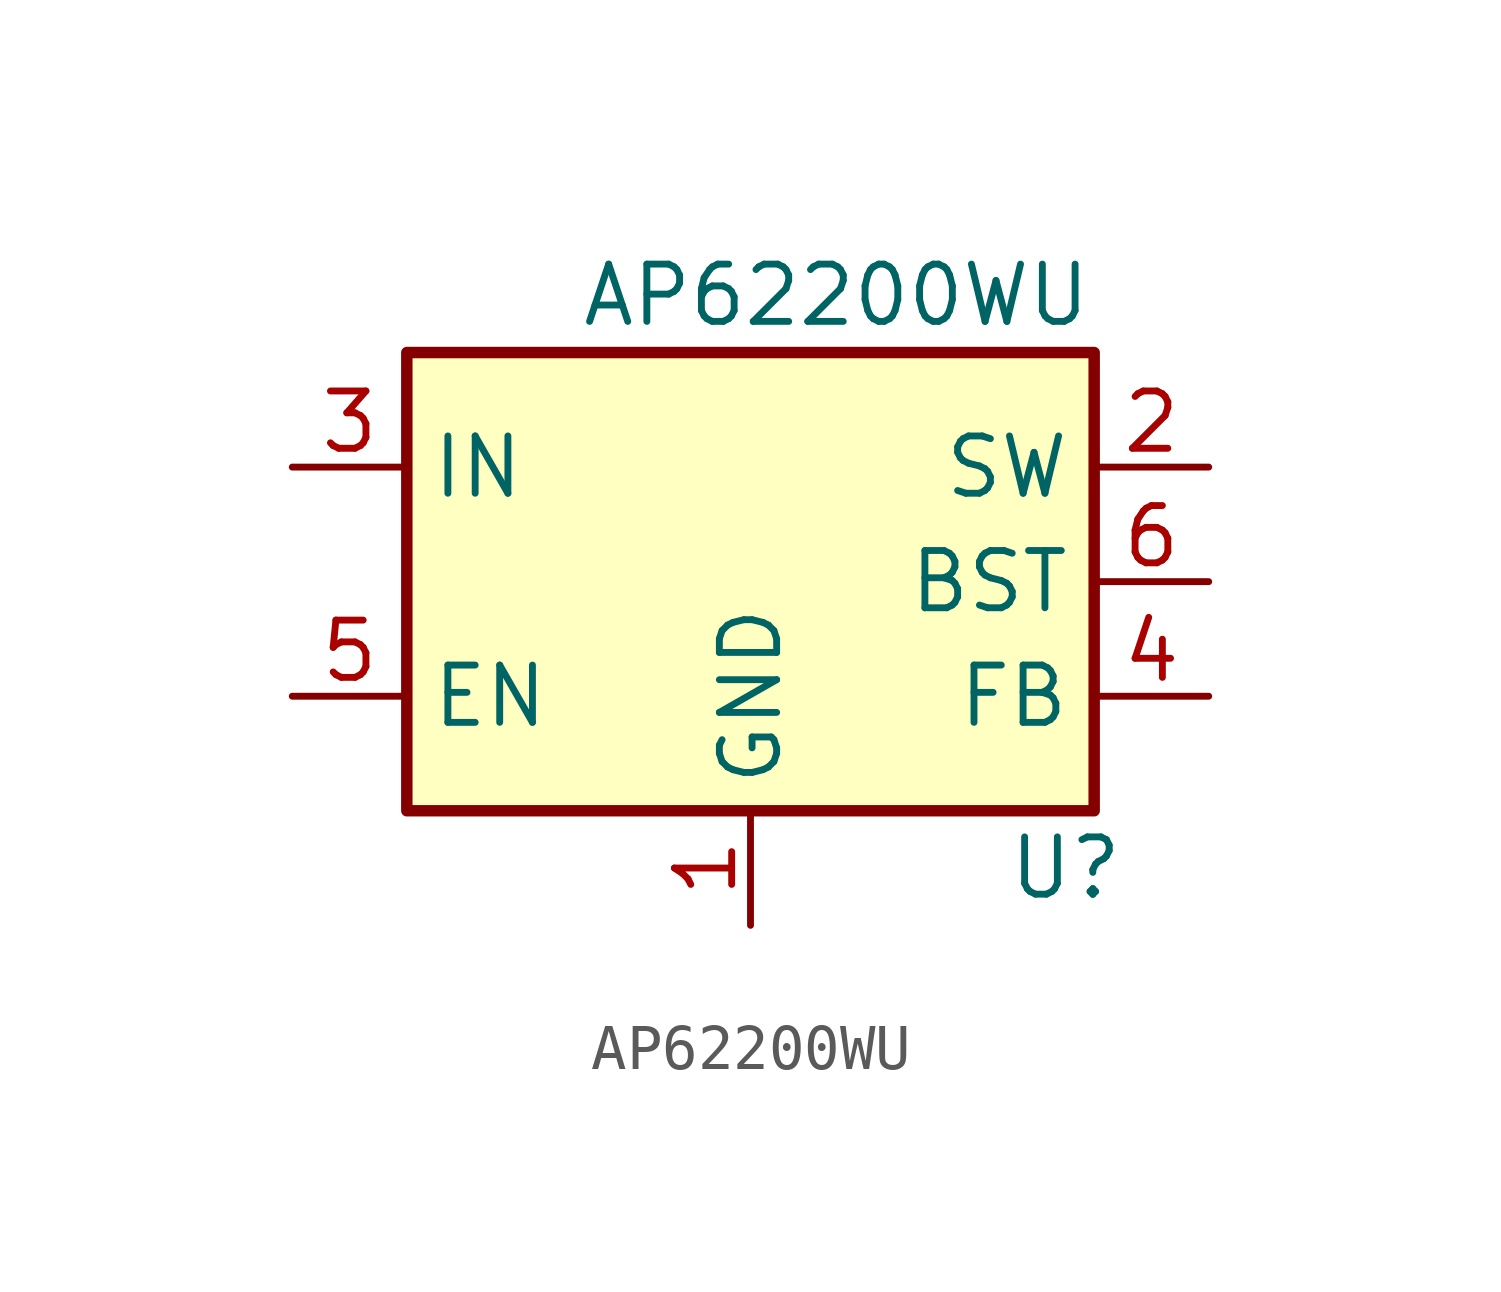
<source format=kicad_sym>
(kicad_symbol_lib
  (version 20211014)
  (generator kicad_symbol_editor)
  (symbol "AP62200WU"
    (property "Reference" "U"
      (at 6.985 -6.35 0)
      (effects (font (size 1.27 1.27))))
    (property "Value" "AP62200WU"
      (at 1.905 6.35 0)
      (effects (font (size 1.27 1.27))))
    (symbol "AP62200WU_0_1"
      (rectangle (start -7.62 5.08) (end 7.62 -5.08) (stroke (width 0.254) (type default) (color 0 0 0 0)) (fill (type background))))
    (symbol "AP62200WU_1_1"
      (pin power_in line (at 0 -7.62 90) (length 2.54) (name "GND" (effects (font (size 1.27 1.27)))) (number "1" (effects (font (size 1.27 1.27)))))
      (pin output line (at 10.16 2.54 180) (length 2.54) (name "SW" (effects (font (size 1.27 1.27)))) (number "2" (effects (font (size 1.27 1.27)))))
      (pin power_in line (at -10.16 2.54 0) (length 2.54) (name "IN" (effects (font (size 1.27 1.27)))) (number "3" (effects (font (size 1.27 1.27)))))
      (pin input line (at 10.16 -2.54 180) (length 2.54) (name "FB" (effects (font (size 1.27 1.27)))) (number "4" (effects (font (size 1.27 1.27)))))
      (pin input line (at -10.16 -2.54 0) (length 2.54) (name "EN" (effects (font (size 1.27 1.27)))) (number "5" (effects (font (size 1.27 1.27)))))
      (pin passive line (at 10.16 0 180) (length 2.54) (name "BST" (effects (font (size 1.27 1.27)))) (number "6" (effects (font (size 1.27 1.27))))))))
</source>
